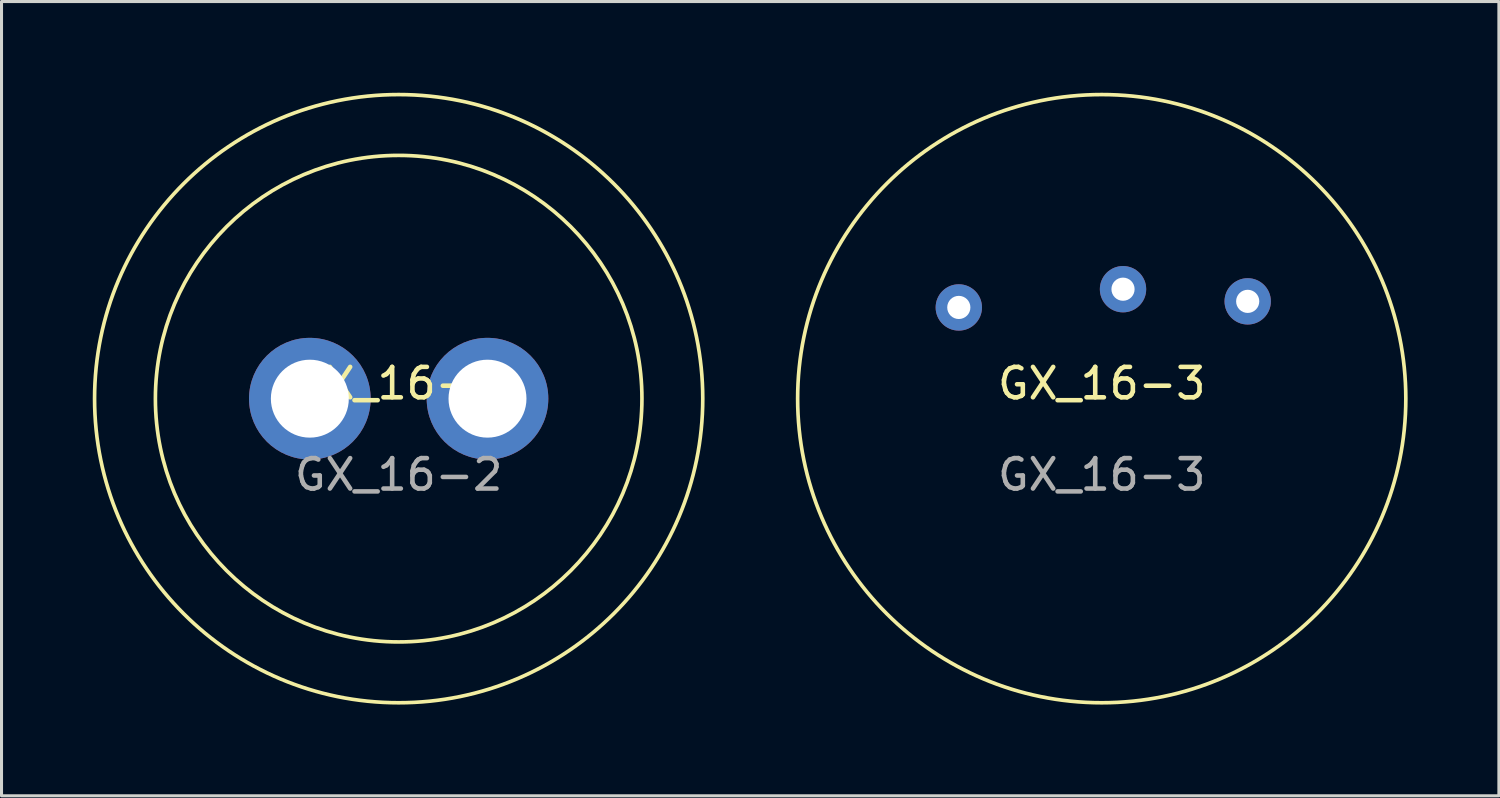
<source format=kicad_pcb>
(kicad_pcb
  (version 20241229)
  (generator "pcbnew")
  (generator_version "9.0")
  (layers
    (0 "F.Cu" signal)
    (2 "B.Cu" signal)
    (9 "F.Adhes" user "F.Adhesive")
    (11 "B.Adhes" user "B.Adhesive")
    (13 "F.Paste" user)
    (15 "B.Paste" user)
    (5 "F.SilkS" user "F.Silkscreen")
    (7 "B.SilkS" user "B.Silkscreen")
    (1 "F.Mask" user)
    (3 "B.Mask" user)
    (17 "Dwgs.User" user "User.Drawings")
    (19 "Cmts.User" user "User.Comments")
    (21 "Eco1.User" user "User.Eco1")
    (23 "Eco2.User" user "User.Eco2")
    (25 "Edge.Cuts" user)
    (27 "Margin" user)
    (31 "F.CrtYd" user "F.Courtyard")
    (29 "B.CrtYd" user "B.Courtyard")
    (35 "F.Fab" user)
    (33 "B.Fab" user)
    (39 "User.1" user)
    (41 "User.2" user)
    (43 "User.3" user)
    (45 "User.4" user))
  (footprint "GX_16-3"
    (layer "F.Cu")
    (at 33.18 10.06)
    (property "Reference" "GX_16-3" (at 0 -0.5 0) (unlocked yes) (layer "F.SilkS") (effects (font (size 1 1) (thickness 0.15))))
    (attr through_hole)
    (fp_circle (center 0 0) (end 10 0) (stroke (width 0.12) (type solid)) (fill no) (layer "F.SilkS"))
    (fp_text user "${REFERENCE}" (at 0 2.5 0) (unlocked yes) (layer "F.Fab") (effects (font (size 1 1) (thickness 0.15))))
    (pad "1" thru_hole circle (at -4.7 -3) (size 1.524 1.524) (drill 0.762) (layers "*.Cu" "*.Mask"))
    (pad "2" thru_hole circle (at 4.8 -3.2) (size 1.524 1.524) (drill 0.762) (layers "*.Cu" "*.Mask"))
    (pad "3" thru_hole circle (at 0.7 -3.6) (size 1.524 1.524) (drill 0.762) (layers "*.Cu" "*.Mask")))
  (footprint "GX_16-2"
    (layer "F.Cu")
    (at 10.06 10.06)
    (property "Reference" "GX_16-2" (at 0 -0.5 0) (unlocked yes) (layer "F.SilkS") (effects (font (size 1 1) (thickness 0.15))))
    (attr through_hole)
    (fp_circle (center 0 0) (end 8 0) (stroke (width 0.12) (type solid)) (fill no) (layer "F.SilkS"))
    (fp_circle (center 0 0) (end 10 0) (stroke (width 0.12) (type solid)) (fill no) (layer "F.SilkS"))
    (fp_text user "${REFERENCE}" (at 0 2.5 0) (unlocked yes) (layer "F.Fab") (effects (font (size 1 1) (thickness 0.15))))
    (pad "1" thru_hole circle (at -2.921 0) (size 4 4) (drill 2.563) (layers "*.Cu" "*.Mask"))
    (pad "2" thru_hole circle (at 2.921 0) (size 4 4) (drill 2.563) (layers "*.Cu" "*.Mask")))
  (gr_rect
    (start -3 -3)
    (end 46.24 23.12)
    (stroke (width 0.1) (type default))
    (fill no)
    (layer "Edge.Cuts")))
</source>
